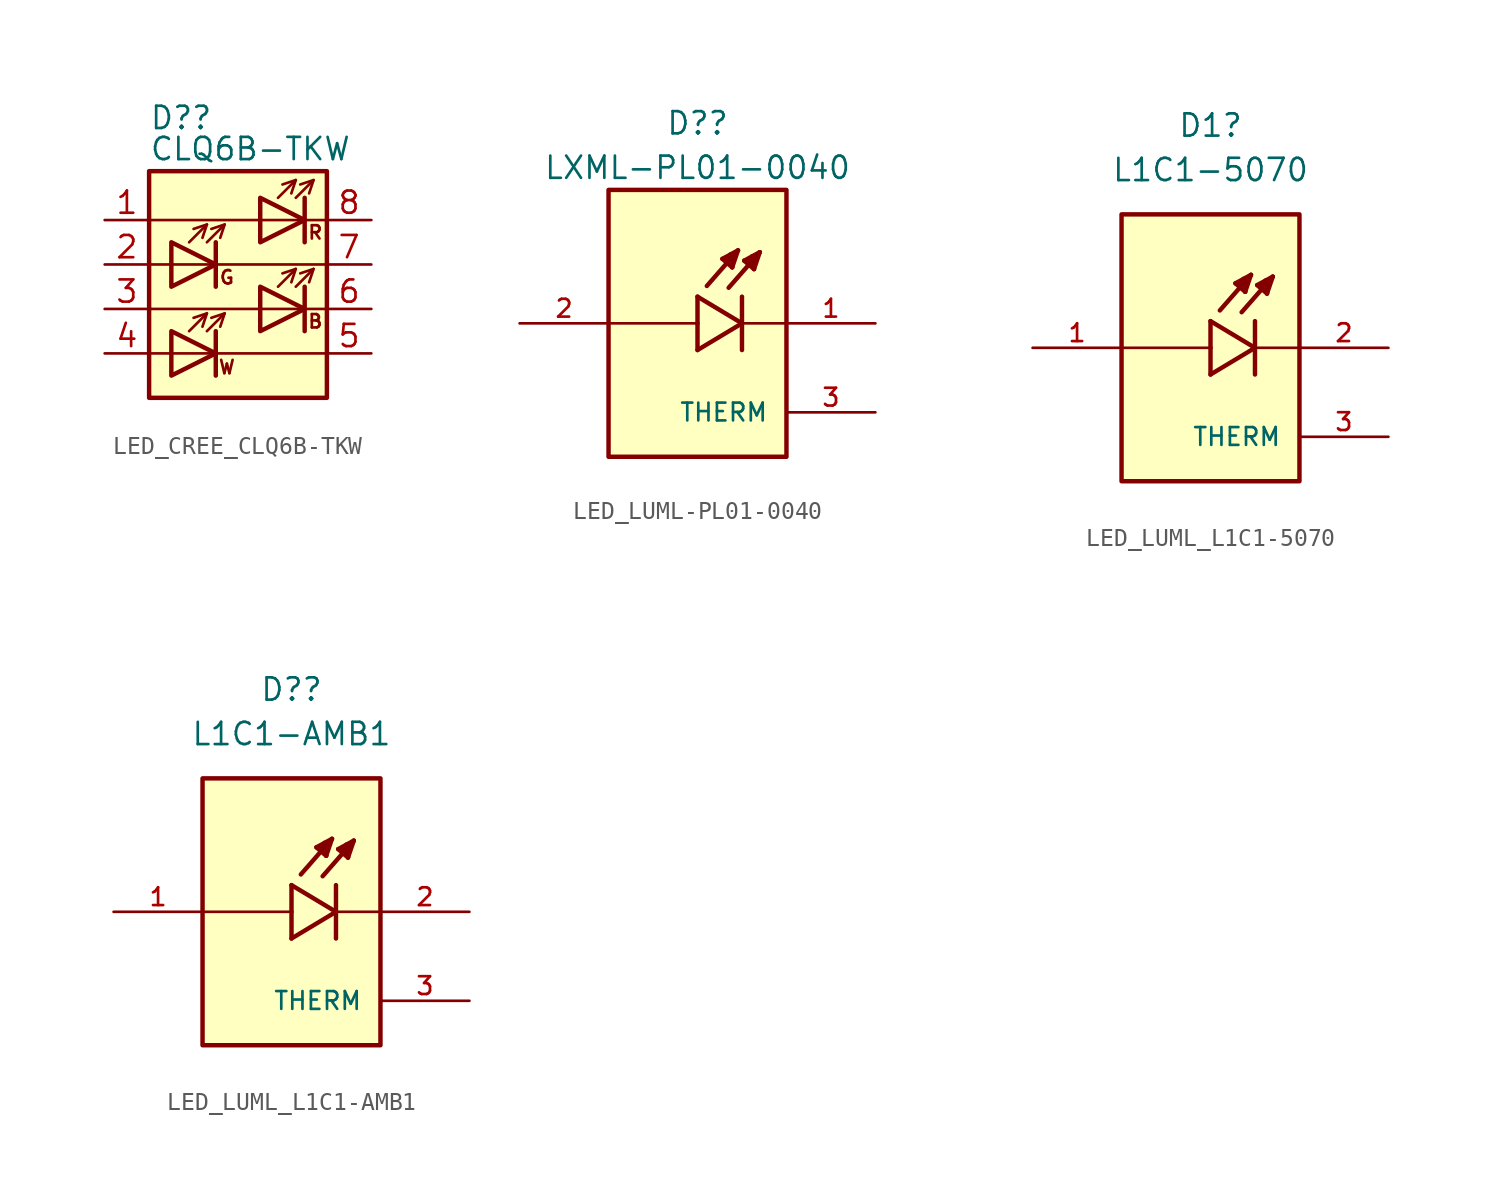
<source format=kicad_sym>
(kicad_symbol_lib
  (version 20231120)
  (generator "kicad_symbol_editor")
  (generator_version "8.0")
  (symbol "LED_CREE_CLQ6B-TKW"
    (pin_names hide)
    (property "Reference" "D?"
      (at -5.08 10.922 0)
      (effects (font (size 1.27 1.27)) (justify left)))
    (property "Value" "CLQ6B-TKW"
      (at -5.08 9.144 0)
      (effects (font (size 1.27 1.27)) (justify left)))
    (symbol "LED_CREE_CLQ6B-TKW_0_0"
      (text "B" (at 4.42 -0.711 0) (effects (font (size 0.762 0.762))))
      (text "G" (at -0.635 1.803 0) (effects (font (size 0.762 0.762))))
      (text "R" (at 4.42 4.369 0) (effects (font (size 0.762 0.762))))
      (text "W" (at -0.635 -3.327 0) (effects (font (size 0.762 0.762)))))
    (symbol "LED_CREE_CLQ6B-TKW_0_1"
      (rectangle (start -5.08 7.874) (end 5.08 -5.08) (stroke (width 0.254) (type default)) (fill (type background)))
      (polyline (pts (xy -5.08 -2.54) (xy 5.08 -2.54)) (stroke (width 0) (type default)) (fill (type none)))
      (polyline (pts (xy -5.08 0) (xy 5.08 0)) (stroke (width 0) (type default)) (fill (type none)))
      (polyline (pts (xy -5.08 2.54) (xy 5.08 2.54)) (stroke (width 0) (type default)) (fill (type none)))
      (polyline (pts (xy -5.08 5.08) (xy 5.08 5.08)) (stroke (width 0) (type default)) (fill (type none)))
      (polyline (pts (xy -2.794 -1.27) (xy -1.778 -0.254)) (stroke (width 0) (type default)) (fill (type none)))
      (polyline (pts (xy -2.794 3.81) (xy -1.778 4.826)) (stroke (width 0) (type default)) (fill (type none)))
      (polyline (pts (xy -1.778 -1.27) (xy -0.762 -0.254)) (stroke (width 0) (type default)) (fill (type none)))
      (polyline (pts (xy -1.778 3.81) (xy -0.762 4.826)) (stroke (width 0) (type default)) (fill (type none)))
      (polyline (pts (xy -1.27 -1.27) (xy -1.27 -3.81)) (stroke (width 0.254) (type default)) (fill (type none)))
      (polyline (pts (xy -1.27 3.81) (xy -1.27 1.27)) (stroke (width 0.254) (type default)) (fill (type none)))
      (polyline (pts (xy 2.286 1.27) (xy 3.302 2.286)) (stroke (width 0) (type default)) (fill (type none)))
      (polyline (pts (xy 2.286 6.35) (xy 3.302 7.366)) (stroke (width 0) (type default)) (fill (type none)))
      (polyline (pts (xy 3.302 1.27) (xy 4.318 2.286)) (stroke (width 0) (type default)) (fill (type none)))
      (polyline (pts (xy 3.302 6.35) (xy 4.318 7.366)) (stroke (width 0) (type default)) (fill (type none)))
      (polyline (pts (xy 3.81 1.27) (xy 3.81 -1.27)) (stroke (width 0.254) (type default)) (fill (type none)))
      (polyline (pts (xy 3.81 6.35) (xy 3.81 3.81)) (stroke (width 0.254) (type default)) (fill (type none)))
      (polyline (pts (xy -2.032 -1.016) (xy -1.778 -0.254) (xy -2.54 -0.508)) (stroke (width 0) (type default)) (fill (type none)))
      (polyline (pts (xy -2.032 4.064) (xy -1.778 4.826) (xy -2.54 4.572)) (stroke (width 0) (type default)) (fill (type none)))
      (polyline (pts (xy -1.524 -0.508) (xy -0.762 -0.254) (xy -1.016 -1.016)) (stroke (width 0) (type default)) (fill (type none)))
      (polyline (pts (xy -1.524 4.572) (xy -0.762 4.826) (xy -1.016 4.064)) (stroke (width 0) (type default)) (fill (type none)))
      (polyline (pts (xy 3.048 1.524) (xy 3.302 2.286) (xy 2.54 2.032)) (stroke (width 0) (type default)) (fill (type none)))
      (polyline (pts (xy 3.048 6.604) (xy 3.302 7.366) (xy 2.54 7.112)) (stroke (width 0) (type default)) (fill (type none)))
      (polyline (pts (xy 3.556 2.032) (xy 4.318 2.286) (xy 4.064 1.524)) (stroke (width 0) (type default)) (fill (type none)))
      (polyline (pts (xy 3.556 7.112) (xy 4.318 7.366) (xy 4.064 6.604)) (stroke (width 0) (type default)) (fill (type none)))
      (polyline (pts (xy -3.81 -1.27) (xy -3.81 -3.81) (xy -1.27 -2.54) (xy -3.81 -1.27)) (stroke (width 0.254) (type default)) (fill (type none)))
      (polyline (pts (xy -3.81 3.81) (xy -3.81 1.27) (xy -1.27 2.54) (xy -3.81 3.81)) (stroke (width 0.254) (type default)) (fill (type none)))
      (polyline (pts (xy 1.27 1.27) (xy 1.27 -1.27) (xy 3.81 0) (xy 1.27 1.27)) (stroke (width 0.254) (type default)) (fill (type none)))
      (polyline (pts (xy 1.27 6.35) (xy 1.27 3.81) (xy 3.81 5.08) (xy 1.27 6.35)) (stroke (width 0.254) (type default)) (fill (type none))))
    (symbol "LED_CREE_CLQ6B-TKW_1_1"
      (pin passive line (at -7.62 5.08 0) (length 2.54) (name "AB" (effects (font (size 1.27 1.27)))) (number "1" (effects (font (size 1.27 1.27)))))
      (pin passive line (at -7.62 2.54 0) (length 2.54) (name "KB" (effects (font (size 1.27 1.27)))) (number "2" (effects (font (size 1.27 1.27)))))
      (pin passive line (at -7.62 0 0) (length 2.54) (name "AR" (effects (font (size 1.27 1.27)))) (number "3" (effects (font (size 1.27 1.27)))))
      (pin passive line (at -7.62 -2.54 0) (length 2.54) (name "KR" (effects (font (size 1.27 1.27)))) (number "4" (effects (font (size 1.27 1.27)))))
      (pin passive line (at 7.62 -2.54 180) (length 2.54) (name "AG" (effects (font (size 1.27 1.27)))) (number "5" (effects (font (size 1.27 1.27)))))
      (pin passive line (at 7.62 0 180) (length 2.54) (name "KR" (effects (font (size 1.27 1.27)))) (number "6" (effects (font (size 1.27 1.27)))))
      (pin passive line (at 7.62 2.54 180) (length 2.54) (name "AG" (effects (font (size 1.27 1.27)))) (number "7" (effects (font (size 1.27 1.27)))))
      (pin passive line (at 7.62 5.08 180) (length 2.54) (name "KR" (effects (font (size 1.27 1.27)))) (number "8" (effects (font (size 1.27 1.27)))))))
  (symbol "LED_LUML-PL01-0040"
    (pin_names
      (offset 1.016))
    (property "Reference" "D?"
      (at 0 11.43 0)
      (effects (font (size 1.27 1.27))))
    (property "Value" "LXML-PL01-0040"
      (at 0 8.89 0)
      (effects (font (size 1.27 1.27))))
    (symbol "LED_LUML-PL01-0040_0_0"
      (rectangle (start -5.08 -7.62) (end 5.08 7.62) (stroke (width 0.254) (type default)) (fill (type background)))
      (polyline (pts (xy 0 -1.524) (xy 2.54 0)) (stroke (width 0.254) (type default)) (fill (type none)))
      (polyline (pts (xy 0 0) (xy -5.08 0)) (stroke (width 0.152) (type default)) (fill (type none)))
      (polyline (pts (xy 0 0) (xy 0 -1.524)) (stroke (width 0.254) (type default)) (fill (type none)))
      (polyline (pts (xy 0 1.524) (xy 0 0)) (stroke (width 0.254) (type default)) (fill (type none)))
      (polyline (pts (xy 1.422 3.683) (xy 2.311 4.166)) (stroke (width 0.254) (type default)) (fill (type none)))
      (polyline (pts (xy 1.6 3.607) (xy 1.829 3.759)) (stroke (width 0.254) (type default)) (fill (type none)))
      (polyline (pts (xy 1.981 3.2) (xy 1.422 3.683)) (stroke (width 0.254) (type default)) (fill (type none)))
      (polyline (pts (xy 1.981 3.2) (xy 2.007 3.937)) (stroke (width 0.254) (type default)) (fill (type none)))
      (polyline (pts (xy 2.007 3.937) (xy 1.88 3.937)) (stroke (width 0.254) (type default)) (fill (type none)))
      (polyline (pts (xy 2.311 4.166) (xy 0.533 2.134)) (stroke (width 0.254) (type default)) (fill (type none)))
      (polyline (pts (xy 2.311 4.166) (xy 1.981 3.2)) (stroke (width 0.254) (type default)) (fill (type none)))
      (polyline (pts (xy 2.54 0) (xy 0 1.524)) (stroke (width 0.254) (type default)) (fill (type none)))
      (polyline (pts (xy 2.54 0) (xy 2.54 -1.524)) (stroke (width 0.254) (type default)) (fill (type none)))
      (polyline (pts (xy 2.54 1.524) (xy 2.54 0)) (stroke (width 0.254) (type default)) (fill (type none)))
      (polyline (pts (xy 2.667 3.581) (xy 3.556 4.064)) (stroke (width 0.254) (type default)) (fill (type none)))
      (polyline (pts (xy 2.845 3.505) (xy 3.073 3.658)) (stroke (width 0.254) (type default)) (fill (type none)))
      (polyline (pts (xy 3.226 3.099) (xy 2.667 3.581)) (stroke (width 0.254) (type default)) (fill (type none)))
      (polyline (pts (xy 3.226 3.099) (xy 3.251 3.835)) (stroke (width 0.254) (type default)) (fill (type none)))
      (polyline (pts (xy 3.251 3.835) (xy 3.124 3.835)) (stroke (width 0.254) (type default)) (fill (type none)))
      (polyline (pts (xy 3.556 4.064) (xy 1.778 2.032)) (stroke (width 0.254) (type default)) (fill (type none)))
      (polyline (pts (xy 3.556 4.064) (xy 3.226 3.099)) (stroke (width 0.254) (type default)) (fill (type none)))
      (polyline (pts (xy 5.08 0) (xy 2.54 0)) (stroke (width 0.152) (type default)) (fill (type none)))
      (pin passive line (at 10.16 0 180) (length 5.08) (name "~" (effects (font (size 1.016 1.016)))) (number "1" (effects (font (size 1.016 1.016)))))
      (pin passive line (at -10.16 0 0) (length 5.08) (name "~" (effects (font (size 1.016 1.016)))) (number "2" (effects (font (size 1.016 1.016)))))
      (pin passive line (at 10.16 -5.08 180) (length 5.08) (name "THERM" (effects (font (size 1.016 1.016)))) (number "3" (effects (font (size 1.016 1.016)))))))
  (symbol "LED_LUML_L1C1-5070"
    (pin_names
      (offset 1.016))
    (property "Reference" "D1"
      (at 0 12.7 0)
      (effects (font (size 1.27 1.27))))
    (property "Value" "L1C1-5070"
      (at 0 10.16 0)
      (effects (font (size 1.27 1.27))))
    (symbol "LED_LUML_L1C1-5070_0_0"
      (rectangle (start -5.08 -7.62) (end 5.08 7.62) (stroke (width 0.254) (type default)) (fill (type background)))
      (polyline (pts (xy 0 -1.524) (xy 2.54 0)) (stroke (width 0.254) (type default)) (fill (type none)))
      (polyline (pts (xy 0 0) (xy -5.08 0)) (stroke (width 0.152) (type default)) (fill (type none)))
      (polyline (pts (xy 0 0) (xy 0 -1.524)) (stroke (width 0.254) (type default)) (fill (type none)))
      (polyline (pts (xy 0 1.524) (xy 0 0)) (stroke (width 0.254) (type default)) (fill (type none)))
      (polyline (pts (xy 1.422 3.683) (xy 2.311 4.166)) (stroke (width 0.254) (type default)) (fill (type none)))
      (polyline (pts (xy 1.6 3.607) (xy 1.829 3.759)) (stroke (width 0.254) (type default)) (fill (type none)))
      (polyline (pts (xy 1.981 3.2) (xy 1.422 3.683)) (stroke (width 0.254) (type default)) (fill (type none)))
      (polyline (pts (xy 1.981 3.2) (xy 2.007 3.937)) (stroke (width 0.254) (type default)) (fill (type none)))
      (polyline (pts (xy 2.007 3.937) (xy 1.88 3.937)) (stroke (width 0.254) (type default)) (fill (type none)))
      (polyline (pts (xy 2.311 4.166) (xy 0.533 2.134)) (stroke (width 0.254) (type default)) (fill (type none)))
      (polyline (pts (xy 2.311 4.166) (xy 1.981 3.2)) (stroke (width 0.254) (type default)) (fill (type none)))
      (polyline (pts (xy 2.54 0) (xy 0 1.524)) (stroke (width 0.254) (type default)) (fill (type none)))
      (polyline (pts (xy 2.54 0) (xy 2.54 -1.524)) (stroke (width 0.254) (type default)) (fill (type none)))
      (polyline (pts (xy 2.54 1.524) (xy 2.54 0)) (stroke (width 0.254) (type default)) (fill (type none)))
      (polyline (pts (xy 2.667 3.581) (xy 3.556 4.064)) (stroke (width 0.254) (type default)) (fill (type none)))
      (polyline (pts (xy 2.845 3.505) (xy 3.073 3.658)) (stroke (width 0.254) (type default)) (fill (type none)))
      (polyline (pts (xy 3.226 3.099) (xy 2.667 3.581)) (stroke (width 0.254) (type default)) (fill (type none)))
      (polyline (pts (xy 3.226 3.099) (xy 3.251 3.835)) (stroke (width 0.254) (type default)) (fill (type none)))
      (polyline (pts (xy 3.251 3.835) (xy 3.124 3.835)) (stroke (width 0.254) (type default)) (fill (type none)))
      (polyline (pts (xy 3.556 4.064) (xy 1.778 2.032)) (stroke (width 0.254) (type default)) (fill (type none)))
      (polyline (pts (xy 3.556 4.064) (xy 3.226 3.099)) (stroke (width 0.254) (type default)) (fill (type none)))
      (polyline (pts (xy 5.08 0) (xy 2.54 0)) (stroke (width 0.152) (type default)) (fill (type none)))
      (pin passive line (at 10.16 -5.08 180) (length 5.08) (name "THERM" (effects (font (size 1.016 1.016)))) (number "3" (effects (font (size 1.016 1.016))))))
    (symbol "LED_LUML_L1C1-5070_1_0"
      (pin passive line (at -10.16 0 0) (length 5.08) (name "~" (effects (font (size 1.016 1.016)))) (number "1" (effects (font (size 1.016 1.016)))))
      (pin passive line (at 10.16 0 180) (length 5.08) (name "~" (effects (font (size 1.016 1.016)))) (number "2" (effects (font (size 1.016 1.016)))))))
  (symbol "LED_LUML_L1C1-AMB1"
    (pin_names
      (offset 1.016))
    (property "Reference" "D?"
      (at 0 12.7 0)
      (effects (font (size 1.27 1.27))))
    (property "Value" "L1C1-AMB1"
      (at 0 10.16 0)
      (effects (font (size 1.27 1.27))))
    (symbol "LED_LUML_L1C1-AMB1_0_0"
      (rectangle (start -5.08 -7.62) (end 5.08 7.62) (stroke (width 0.254) (type default)) (fill (type background)))
      (polyline (pts (xy 0 -1.524) (xy 2.54 0)) (stroke (width 0.254) (type default)) (fill (type none)))
      (polyline (pts (xy 0 0) (xy -5.08 0)) (stroke (width 0.152) (type default)) (fill (type none)))
      (polyline (pts (xy 0 0) (xy 0 -1.524)) (stroke (width 0.254) (type default)) (fill (type none)))
      (polyline (pts (xy 0 1.524) (xy 0 0)) (stroke (width 0.254) (type default)) (fill (type none)))
      (polyline (pts (xy 1.422 3.683) (xy 2.311 4.166)) (stroke (width 0.254) (type default)) (fill (type none)))
      (polyline (pts (xy 1.6 3.607) (xy 1.829 3.759)) (stroke (width 0.254) (type default)) (fill (type none)))
      (polyline (pts (xy 1.981 3.2) (xy 1.422 3.683)) (stroke (width 0.254) (type default)) (fill (type none)))
      (polyline (pts (xy 1.981 3.2) (xy 2.007 3.937)) (stroke (width 0.254) (type default)) (fill (type none)))
      (polyline (pts (xy 2.007 3.937) (xy 1.88 3.937)) (stroke (width 0.254) (type default)) (fill (type none)))
      (polyline (pts (xy 2.311 4.166) (xy 0.533 2.134)) (stroke (width 0.254) (type default)) (fill (type none)))
      (polyline (pts (xy 2.311 4.166) (xy 1.981 3.2)) (stroke (width 0.254) (type default)) (fill (type none)))
      (polyline (pts (xy 2.54 0) (xy 0 1.524)) (stroke (width 0.254) (type default)) (fill (type none)))
      (polyline (pts (xy 2.54 0) (xy 2.54 -1.524)) (stroke (width 0.254) (type default)) (fill (type none)))
      (polyline (pts (xy 2.54 1.524) (xy 2.54 0)) (stroke (width 0.254) (type default)) (fill (type none)))
      (polyline (pts (xy 2.667 3.581) (xy 3.556 4.064)) (stroke (width 0.254) (type default)) (fill (type none)))
      (polyline (pts (xy 2.845 3.505) (xy 3.073 3.658)) (stroke (width 0.254) (type default)) (fill (type none)))
      (polyline (pts (xy 3.226 3.099) (xy 2.667 3.581)) (stroke (width 0.254) (type default)) (fill (type none)))
      (polyline (pts (xy 3.226 3.099) (xy 3.251 3.835)) (stroke (width 0.254) (type default)) (fill (type none)))
      (polyline (pts (xy 3.251 3.835) (xy 3.124 3.835)) (stroke (width 0.254) (type default)) (fill (type none)))
      (polyline (pts (xy 3.556 4.064) (xy 1.778 2.032)) (stroke (width 0.254) (type default)) (fill (type none)))
      (polyline (pts (xy 3.556 4.064) (xy 3.226 3.099)) (stroke (width 0.254) (type default)) (fill (type none)))
      (polyline (pts (xy 5.08 0) (xy 2.54 0)) (stroke (width 0.152) (type default)) (fill (type none)))
      (pin passive line (at 10.16 -5.08 180) (length 5.08) (name "THERM" (effects (font (size 1.016 1.016)))) (number "3" (effects (font (size 1.016 1.016))))))
    (symbol "LED_LUML_L1C1-AMB1_1_0"
      (pin passive line (at -10.16 0 0) (length 5.08) (name "~" (effects (font (size 1.016 1.016)))) (number "1" (effects (font (size 1.016 1.016)))))
      (pin passive line (at 10.16 0 180) (length 5.08) (name "~" (effects (font (size 1.016 1.016)))) (number "2" (effects (font (size 1.016 1.016))))))))
</source>
